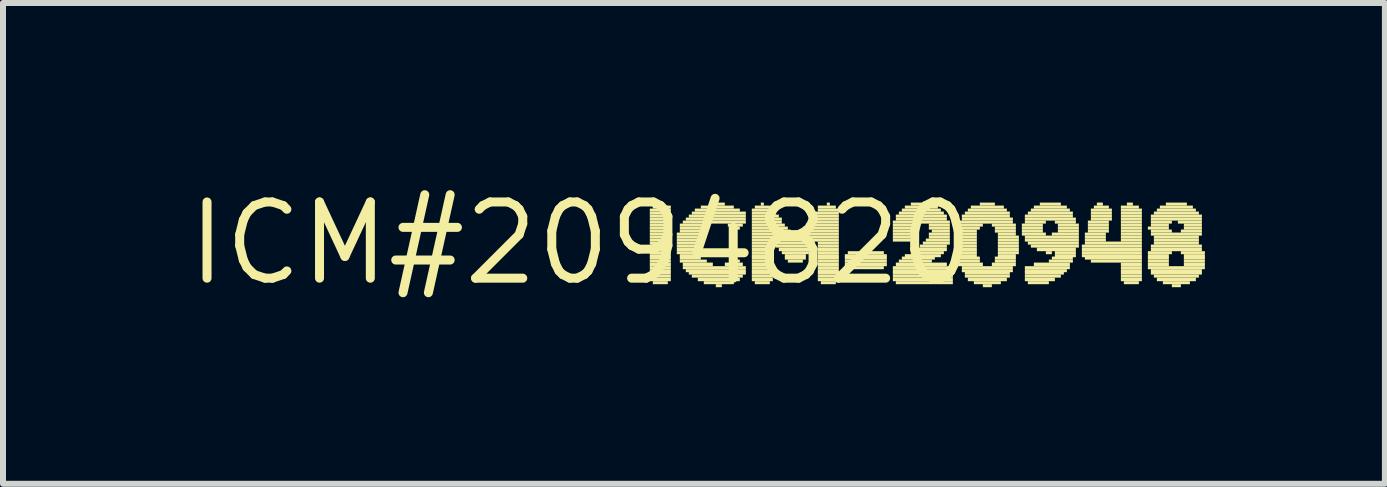
<source format=kicad_pcb>
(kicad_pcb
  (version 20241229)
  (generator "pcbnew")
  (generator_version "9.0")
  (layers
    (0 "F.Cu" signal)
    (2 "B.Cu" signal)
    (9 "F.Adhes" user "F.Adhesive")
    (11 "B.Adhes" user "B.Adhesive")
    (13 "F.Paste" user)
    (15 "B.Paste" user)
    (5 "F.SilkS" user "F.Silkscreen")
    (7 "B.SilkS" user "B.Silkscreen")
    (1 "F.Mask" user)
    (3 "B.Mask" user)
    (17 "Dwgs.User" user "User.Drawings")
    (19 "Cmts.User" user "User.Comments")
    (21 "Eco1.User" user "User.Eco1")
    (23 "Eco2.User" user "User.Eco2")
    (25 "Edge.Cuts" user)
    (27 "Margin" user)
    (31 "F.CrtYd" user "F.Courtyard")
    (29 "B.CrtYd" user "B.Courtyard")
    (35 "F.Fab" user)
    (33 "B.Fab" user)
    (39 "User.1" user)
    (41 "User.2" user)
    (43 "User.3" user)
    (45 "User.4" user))
  (footprint "ICM#2094820"
    (layer "F.Cu")
    (at 6.629 1.006)
    (property "Reference" "ICM#2094820" (at 0 0 0) (layer "F.SilkS") (effects (font (size 1.27 1.27) (thickness 0.15))))
    (fp_poly (pts (xy 1.15 -0.53) (xy 1.5 -0.53) (xy 1.5 -0.58) (xy 1.15 -0.58)) (stroke (width 0) (type solid)) (fill yes) (layer "F.SilkS"))
    (fp_poly (pts (xy 1.15 -0.48) (xy 1.5 -0.48) (xy 1.5 -0.53) (xy 1.15 -0.53)) (stroke (width 0) (type solid)) (fill yes) (layer "F.SilkS"))
    (fp_poly (pts (xy 1.15 -0.43) (xy 1.5 -0.43) (xy 1.5 -0.48) (xy 1.15 -0.48)) (stroke (width 0) (type solid)) (fill yes) (layer "F.SilkS"))
    (fp_poly (pts (xy 1.15 -0.38) (xy 1.5 -0.38) (xy 1.5 -0.43) (xy 1.15 -0.43)) (stroke (width 0) (type solid)) (fill yes) (layer "F.SilkS"))
    (fp_poly (pts (xy 1.15 -0.33) (xy 1.5 -0.33) (xy 1.5 -0.38) (xy 1.15 -0.38)) (stroke (width 0) (type solid)) (fill yes) (layer "F.SilkS"))
    (fp_poly (pts (xy 1.15 -0.28) (xy 1.5 -0.28) (xy 1.5 -0.33) (xy 1.15 -0.33)) (stroke (width 0) (type solid)) (fill yes) (layer "F.SilkS"))
    (fp_poly (pts (xy 1.15 -0.23) (xy 1.5 -0.23) (xy 1.5 -0.28) (xy 1.15 -0.28)) (stroke (width 0) (type solid)) (fill yes) (layer "F.SilkS"))
    (fp_poly (pts (xy 1.15 -0.18) (xy 1.5 -0.18) (xy 1.5 -0.23) (xy 1.15 -0.23)) (stroke (width 0) (type solid)) (fill yes) (layer "F.SilkS"))
    (fp_poly (pts (xy 1.15 -0.13) (xy 1.5 -0.13) (xy 1.5 -0.18) (xy 1.15 -0.18)) (stroke (width 0) (type solid)) (fill yes) (layer "F.SilkS"))
    (fp_poly (pts (xy 1.15 -0.08) (xy 1.5 -0.08) (xy 1.5 -0.13) (xy 1.15 -0.13)) (stroke (width 0) (type solid)) (fill yes) (layer "F.SilkS"))
    (fp_poly (pts (xy 1.15 -0.03) (xy 1.5 -0.03) (xy 1.5 -0.08) (xy 1.15 -0.08)) (stroke (width 0) (type solid)) (fill yes) (layer "F.SilkS"))
    (fp_poly (pts (xy 1.15 0.02) (xy 1.5 0.02) (xy 1.5 -0.03) (xy 1.15 -0.03)) (stroke (width 0) (type solid)) (fill yes) (layer "F.SilkS"))
    (fp_poly (pts (xy 1.15 0.07) (xy 1.5 0.07) (xy 1.5 0.02) (xy 1.15 0.02)) (stroke (width 0) (type solid)) (fill yes) (layer "F.SilkS"))
    (fp_poly (pts (xy 1.15 0.13) (xy 1.5 0.13) (xy 1.5 0.07) (xy 1.15 0.07)) (stroke (width 0) (type solid)) (fill yes) (layer "F.SilkS"))
    (fp_poly (pts (xy 1.15 0.18) (xy 1.5 0.18) (xy 1.5 0.13) (xy 1.15 0.13)) (stroke (width 0) (type solid)) (fill yes) (layer "F.SilkS"))
    (fp_poly (pts (xy 1.15 0.23) (xy 1.5 0.23) (xy 1.5 0.18) (xy 1.15 0.18)) (stroke (width 0) (type solid)) (fill yes) (layer "F.SilkS"))
    (fp_poly (pts (xy 1.15 0.27) (xy 1.5 0.27) (xy 1.5 0.22) (xy 1.15 0.22)) (stroke (width 0) (type solid)) (fill yes) (layer "F.SilkS"))
    (fp_poly (pts (xy 1.15 0.32) (xy 1.5 0.32) (xy 1.5 0.27) (xy 1.15 0.27)) (stroke (width 0) (type solid)) (fill yes) (layer "F.SilkS"))
    (fp_poly (pts (xy 1.15 0.38) (xy 1.5 0.38) (xy 1.5 0.32) (xy 1.15 0.32)) (stroke (width 0) (type solid)) (fill yes) (layer "F.SilkS"))
    (fp_poly (pts (xy 1.15 0.43) (xy 1.5 0.43) (xy 1.5 0.38) (xy 1.15 0.38)) (stroke (width 0) (type solid)) (fill yes) (layer "F.SilkS"))
    (fp_poly (pts (xy 1.15 0.48) (xy 1.5 0.48) (xy 1.5 0.43) (xy 1.15 0.43)) (stroke (width 0) (type solid)) (fill yes) (layer "F.SilkS"))
    (fp_poly (pts (xy 1.15 0.52) (xy 1.5 0.52) (xy 1.5 0.47) (xy 1.15 0.47)) (stroke (width 0) (type solid)) (fill yes) (layer "F.SilkS"))
    (fp_poly (pts (xy 1.15 0.57) (xy 1.5 0.57) (xy 1.5 0.52) (xy 1.15 0.52)) (stroke (width 0) (type solid)) (fill yes) (layer "F.SilkS"))
    (fp_poly (pts (xy 1.15 0.63) (xy 1.5 0.63) (xy 1.5 0.57) (xy 1.15 0.57)) (stroke (width 0) (type solid)) (fill yes) (layer "F.SilkS"))
    (fp_poly (pts (xy 1.2 -0.58) (xy 1.5 -0.58) (xy 1.5 -0.63) (xy 1.2 -0.63)) (stroke (width 0) (type solid)) (fill yes) (layer "F.SilkS"))
    (fp_poly (pts (xy 1.2 0.68) (xy 1.45 0.68) (xy 1.45 0.63) (xy 1.2 0.63)) (stroke (width 0) (type solid)) (fill yes) (layer "F.SilkS"))
    (fp_poly (pts (xy 1.3 -0.63) (xy 1.35 -0.63) (xy 1.35 -0.68) (xy 1.3 -0.68)) (stroke (width 0) (type solid)) (fill yes) (layer "F.SilkS"))
    (fp_poly (pts (xy 1.6 -0.13) (xy 2 -0.13) (xy 2 -0.18) (xy 1.6 -0.18)) (stroke (width 0) (type solid)) (fill yes) (layer "F.SilkS"))
    (fp_poly (pts (xy 1.6 -0.08) (xy 1.95 -0.08) (xy 1.95 -0.13) (xy 1.6 -0.13)) (stroke (width 0) (type solid)) (fill yes) (layer "F.SilkS"))
    (fp_poly (pts (xy 1.6 -0.03) (xy 1.95 -0.03) (xy 1.95 -0.08) (xy 1.6 -0.08)) (stroke (width 0) (type solid)) (fill yes) (layer "F.SilkS"))
    (fp_poly (pts (xy 1.6 0.02) (xy 1.95 0.02) (xy 1.95 -0.03) (xy 1.6 -0.03)) (stroke (width 0) (type solid)) (fill yes) (layer "F.SilkS"))
    (fp_poly (pts (xy 1.6 0.07) (xy 1.95 0.07) (xy 1.95 0.02) (xy 1.6 0.02)) (stroke (width 0) (type solid)) (fill yes) (layer "F.SilkS"))
    (fp_poly (pts (xy 1.6 0.13) (xy 1.95 0.13) (xy 1.95 0.07) (xy 1.6 0.07)) (stroke (width 0) (type solid)) (fill yes) (layer "F.SilkS"))
    (fp_poly (pts (xy 1.6 0.18) (xy 1.95 0.18) (xy 1.95 0.13) (xy 1.6 0.13)) (stroke (width 0) (type solid)) (fill yes) (layer "F.SilkS"))
    (fp_poly (pts (xy 1.65 -0.28) (xy 2.15 -0.28) (xy 2.15 -0.33) (xy 1.65 -0.33)) (stroke (width 0) (type solid)) (fill yes) (layer "F.SilkS"))
    (fp_poly (pts (xy 1.65 -0.23) (xy 2.05 -0.23) (xy 2.05 -0.28) (xy 1.65 -0.28)) (stroke (width 0) (type solid)) (fill yes) (layer "F.SilkS"))
    (fp_poly (pts (xy 1.65 -0.18) (xy 2 -0.18) (xy 2 -0.23) (xy 1.65 -0.23)) (stroke (width 0) (type solid)) (fill yes) (layer "F.SilkS"))
    (fp_poly (pts (xy 1.65 0.23) (xy 2 0.23) (xy 2 0.18) (xy 1.65 0.18)) (stroke (width 0) (type solid)) (fill yes) (layer "F.SilkS"))
    (fp_poly (pts (xy 1.65 0.27) (xy 2 0.27) (xy 2 0.22) (xy 1.65 0.22)) (stroke (width 0) (type solid)) (fill yes) (layer "F.SilkS"))
    (fp_poly (pts (xy 1.65 0.32) (xy 2.1 0.32) (xy 2.1 0.27) (xy 1.65 0.27)) (stroke (width 0) (type solid)) (fill yes) (layer "F.SilkS"))
    (fp_poly (pts (xy 1.7 -0.33) (xy 2.75 -0.33) (xy 2.75 -0.38) (xy 1.7 -0.38)) (stroke (width 0) (type solid)) (fill yes) (layer "F.SilkS"))
    (fp_poly (pts (xy 1.7 0.38) (xy 2.2 0.38) (xy 2.2 0.32) (xy 1.7 0.32)) (stroke (width 0) (type solid)) (fill yes) (layer "F.SilkS"))
    (fp_poly (pts (xy 1.7 0.43) (xy 2.75 0.43) (xy 2.75 0.38) (xy 1.7 0.38)) (stroke (width 0) (type solid)) (fill yes) (layer "F.SilkS"))
    (fp_poly (pts (xy 1.75 -0.38) (xy 2.75 -0.38) (xy 2.75 -0.43) (xy 1.75 -0.43)) (stroke (width 0) (type solid)) (fill yes) (layer "F.SilkS"))
    (fp_poly (pts (xy 1.75 0.48) (xy 2.75 0.48) (xy 2.75 0.43) (xy 1.75 0.43)) (stroke (width 0) (type solid)) (fill yes) (layer "F.SilkS"))
    (fp_poly (pts (xy 1.8 -0.43) (xy 2.75 -0.43) (xy 2.75 -0.48) (xy 1.8 -0.48)) (stroke (width 0) (type solid)) (fill yes) (layer "F.SilkS"))
    (fp_poly (pts (xy 1.8 0.52) (xy 2.75 0.52) (xy 2.75 0.47) (xy 1.8 0.47)) (stroke (width 0) (type solid)) (fill yes) (layer "F.SilkS"))
    (fp_poly (pts (xy 1.85 -0.48) (xy 2.75 -0.48) (xy 2.75 -0.53) (xy 1.85 -0.53)) (stroke (width 0) (type solid)) (fill yes) (layer "F.SilkS"))
    (fp_poly (pts (xy 1.85 0.57) (xy 2.7 0.57) (xy 2.7 0.52) (xy 1.85 0.52)) (stroke (width 0) (type solid)) (fill yes) (layer "F.SilkS"))
    (fp_poly (pts (xy 1.9 -0.53) (xy 2.65 -0.53) (xy 2.65 -0.58) (xy 1.9 -0.58)) (stroke (width 0) (type solid)) (fill yes) (layer "F.SilkS"))
    (fp_poly (pts (xy 1.95 0.63) (xy 2.65 0.63) (xy 2.65 0.57) (xy 1.95 0.57)) (stroke (width 0) (type solid)) (fill yes) (layer "F.SilkS"))
    (fp_poly (pts (xy 2 -0.58) (xy 2.55 -0.58) (xy 2.55 -0.63) (xy 2 -0.63)) (stroke (width 0) (type solid)) (fill yes) (layer "F.SilkS"))
    (fp_poly (pts (xy 2.05 0.68) (xy 2.55 0.68) (xy 2.55 0.63) (xy 2.05 0.63)) (stroke (width 0) (type solid)) (fill yes) (layer "F.SilkS"))
    (fp_poly (pts (xy 2.15 -0.63) (xy 2.4 -0.63) (xy 2.4 -0.68) (xy 2.15 -0.68)) (stroke (width 0) (type solid)) (fill yes) (layer "F.SilkS"))
    (fp_poly (pts (xy 2.25 0.73) (xy 2.35 0.73) (xy 2.35 0.68) (xy 2.25 0.68)) (stroke (width 0) (type solid)) (fill yes) (layer "F.SilkS"))
    (fp_poly (pts (xy 2.4 0.38) (xy 2.7 0.38) (xy 2.7 0.32) (xy 2.4 0.32)) (stroke (width 0) (type solid)) (fill yes) (layer "F.SilkS"))
    (fp_poly (pts (xy 2.45 -0.28) (xy 2.7 -0.28) (xy 2.7 -0.33) (xy 2.45 -0.33)) (stroke (width 0) (type solid)) (fill yes) (layer "F.SilkS"))
    (fp_poly (pts (xy 2.5 -0.23) (xy 2.65 -0.23) (xy 2.65 -0.28) (xy 2.5 -0.28)) (stroke (width 0) (type solid)) (fill yes) (layer "F.SilkS"))
    (fp_poly (pts (xy 2.5 0.32) (xy 2.65 0.32) (xy 2.65 0.27) (xy 2.5 0.27)) (stroke (width 0) (type solid)) (fill yes) (layer "F.SilkS"))
    (fp_poly (pts (xy 2.85 -0.53) (xy 3.2 -0.53) (xy 3.2 -0.58) (xy 2.85 -0.58)) (stroke (width 0) (type solid)) (fill yes) (layer "F.SilkS"))
    (fp_poly (pts (xy 2.85 -0.48) (xy 3.25 -0.48) (xy 3.25 -0.53) (xy 2.85 -0.53)) (stroke (width 0) (type solid)) (fill yes) (layer "F.SilkS"))
    (fp_poly (pts (xy 2.85 -0.43) (xy 3.3 -0.43) (xy 3.3 -0.48) (xy 2.85 -0.48)) (stroke (width 0) (type solid)) (fill yes) (layer "F.SilkS"))
    (fp_poly (pts (xy 2.85 -0.38) (xy 3.35 -0.38) (xy 3.35 -0.43) (xy 2.85 -0.43)) (stroke (width 0) (type solid)) (fill yes) (layer "F.SilkS"))
    (fp_poly (pts (xy 2.85 -0.33) (xy 3.35 -0.33) (xy 3.35 -0.38) (xy 2.85 -0.38)) (stroke (width 0) (type solid)) (fill yes) (layer "F.SilkS"))
    (fp_poly (pts (xy 2.85 -0.28) (xy 3.4 -0.28) (xy 3.4 -0.33) (xy 2.85 -0.33)) (stroke (width 0) (type solid)) (fill yes) (layer "F.SilkS"))
    (fp_poly (pts (xy 2.85 -0.23) (xy 3.45 -0.23) (xy 3.45 -0.28) (xy 2.85 -0.28)) (stroke (width 0) (type solid)) (fill yes) (layer "F.SilkS"))
    (fp_poly (pts (xy 2.85 -0.18) (xy 3.5 -0.18) (xy 3.5 -0.23) (xy 2.85 -0.23)) (stroke (width 0) (type solid)) (fill yes) (layer "F.SilkS"))
    (fp_poly (pts (xy 2.85 -0.13) (xy 3.5 -0.13) (xy 3.5 -0.18) (xy 2.85 -0.18)) (stroke (width 0) (type solid)) (fill yes) (layer "F.SilkS"))
    (fp_poly (pts (xy 2.85 -0.08) (xy 3.55 -0.08) (xy 3.55 -0.13) (xy 2.85 -0.13)) (stroke (width 0) (type solid)) (fill yes) (layer "F.SilkS"))
    (fp_poly (pts (xy 2.85 -0.03) (xy 4.3 -0.03) (xy 4.3 -0.08) (xy 2.85 -0.08)) (stroke (width 0) (type solid)) (fill yes) (layer "F.SilkS"))
    (fp_poly (pts (xy 2.85 0.02) (xy 3.2 0.02) (xy 3.2 -0.03) (xy 2.85 -0.03)) (stroke (width 0) (type solid)) (fill yes) (layer "F.SilkS"))
    (fp_poly (pts (xy 2.85 0.07) (xy 3.2 0.07) (xy 3.2 0.02) (xy 2.85 0.02)) (stroke (width 0) (type solid)) (fill yes) (layer "F.SilkS"))
    (fp_poly (pts (xy 2.85 0.13) (xy 3.2 0.13) (xy 3.2 0.07) (xy 2.85 0.07)) (stroke (width 0) (type solid)) (fill yes) (layer "F.SilkS"))
    (fp_poly (pts (xy 2.85 0.18) (xy 3.2 0.18) (xy 3.2 0.13) (xy 2.85 0.13)) (stroke (width 0) (type solid)) (fill yes) (layer "F.SilkS"))
    (fp_poly (pts (xy 2.85 0.23) (xy 3.2 0.23) (xy 3.2 0.18) (xy 2.85 0.18)) (stroke (width 0) (type solid)) (fill yes) (layer "F.SilkS"))
    (fp_poly (pts (xy 2.85 0.27) (xy 3.2 0.27) (xy 3.2 0.22) (xy 2.85 0.22)) (stroke (width 0) (type solid)) (fill yes) (layer "F.SilkS"))
    (fp_poly (pts (xy 2.85 0.32) (xy 3.2 0.32) (xy 3.2 0.27) (xy 2.85 0.27)) (stroke (width 0) (type solid)) (fill yes) (layer "F.SilkS"))
    (fp_poly (pts (xy 2.85 0.38) (xy 3.2 0.38) (xy 3.2 0.32) (xy 2.85 0.32)) (stroke (width 0) (type solid)) (fill yes) (layer "F.SilkS"))
    (fp_poly (pts (xy 2.85 0.43) (xy 3.2 0.43) (xy 3.2 0.38) (xy 2.85 0.38)) (stroke (width 0) (type solid)) (fill yes) (layer "F.SilkS"))
    (fp_poly (pts (xy 2.85 0.48) (xy 3.2 0.48) (xy 3.2 0.43) (xy 2.85 0.43)) (stroke (width 0) (type solid)) (fill yes) (layer "F.SilkS"))
    (fp_poly (pts (xy 2.85 0.52) (xy 3.2 0.52) (xy 3.2 0.47) (xy 2.85 0.47)) (stroke (width 0) (type solid)) (fill yes) (layer "F.SilkS"))
    (fp_poly (pts (xy 2.85 0.57) (xy 3.2 0.57) (xy 3.2 0.52) (xy 2.85 0.52)) (stroke (width 0) (type solid)) (fill yes) (layer "F.SilkS"))
    (fp_poly (pts (xy 2.85 0.63) (xy 3.2 0.63) (xy 3.2 0.57) (xy 2.85 0.57)) (stroke (width 0) (type solid)) (fill yes) (layer "F.SilkS"))
    (fp_poly (pts (xy 2.9 -0.58) (xy 3.15 -0.58) (xy 3.15 -0.63) (xy 2.9 -0.63)) (stroke (width 0) (type solid)) (fill yes) (layer "F.SilkS"))
    (fp_poly (pts (xy 2.9 0.68) (xy 3.15 0.68) (xy 3.15 0.63) (xy 2.9 0.63)) (stroke (width 0) (type solid)) (fill yes) (layer "F.SilkS"))
    (fp_poly (pts (xy 3 -0.63) (xy 3.05 -0.63) (xy 3.05 -0.68) (xy 3 -0.68)) (stroke (width 0) (type solid)) (fill yes) (layer "F.SilkS"))
    (fp_poly (pts (xy 3.25 0.02) (xy 3.9 0.02) (xy 3.9 -0.03) (xy 3.25 -0.03)) (stroke (width 0) (type solid)) (fill yes) (layer "F.SilkS"))
    (fp_poly (pts (xy 3.25 0.07) (xy 3.85 0.07) (xy 3.85 0.02) (xy 3.25 0.02)) (stroke (width 0) (type solid)) (fill yes) (layer "F.SilkS"))
    (fp_poly (pts (xy 3.3 0.13) (xy 3.85 0.13) (xy 3.85 0.07) (xy 3.3 0.07)) (stroke (width 0) (type solid)) (fill yes) (layer "F.SilkS"))
    (fp_poly (pts (xy 3.35 0.18) (xy 3.8 0.18) (xy 3.8 0.13) (xy 3.35 0.13)) (stroke (width 0) (type solid)) (fill yes) (layer "F.SilkS"))
    (fp_poly (pts (xy 3.4 0.23) (xy 3.75 0.23) (xy 3.75 0.18) (xy 3.4 0.18)) (stroke (width 0) (type solid)) (fill yes) (layer "F.SilkS"))
    (fp_poly (pts (xy 3.4 0.27) (xy 3.75 0.27) (xy 3.75 0.22) (xy 3.4 0.22)) (stroke (width 0) (type solid)) (fill yes) (layer "F.SilkS"))
    (fp_poly (pts (xy 3.45 0.32) (xy 3.7 0.32) (xy 3.7 0.27) (xy 3.45 0.27)) (stroke (width 0) (type solid)) (fill yes) (layer "F.SilkS"))
    (fp_poly (pts (xy 3.6 -0.08) (xy 4.3 -0.08) (xy 4.3 -0.13) (xy 3.6 -0.13)) (stroke (width 0) (type solid)) (fill yes) (layer "F.SilkS"))
    (fp_poly (pts (xy 3.65 -0.18) (xy 4.3 -0.18) (xy 4.3 -0.23) (xy 3.65 -0.23)) (stroke (width 0) (type solid)) (fill yes) (layer "F.SilkS"))
    (fp_poly (pts (xy 3.65 -0.13) (xy 4.3 -0.13) (xy 4.3 -0.18) (xy 3.65 -0.18)) (stroke (width 0) (type solid)) (fill yes) (layer "F.SilkS"))
    (fp_poly (pts (xy 3.7 -0.23) (xy 4.3 -0.23) (xy 4.3 -0.28) (xy 3.7 -0.28)) (stroke (width 0) (type solid)) (fill yes) (layer "F.SilkS"))
    (fp_poly (pts (xy 3.75 -0.28) (xy 4.3 -0.28) (xy 4.3 -0.33) (xy 3.75 -0.33)) (stroke (width 0) (type solid)) (fill yes) (layer "F.SilkS"))
    (fp_poly (pts (xy 3.8 -0.38) (xy 4.3 -0.38) (xy 4.3 -0.43) (xy 3.8 -0.43)) (stroke (width 0) (type solid)) (fill yes) (layer "F.SilkS"))
    (fp_poly (pts (xy 3.8 -0.33) (xy 4.3 -0.33) (xy 4.3 -0.38) (xy 3.8 -0.38)) (stroke (width 0) (type solid)) (fill yes) (layer "F.SilkS"))
    (fp_poly (pts (xy 3.85 -0.43) (xy 4.3 -0.43) (xy 4.3 -0.48) (xy 3.85 -0.48)) (stroke (width 0) (type solid)) (fill yes) (layer "F.SilkS"))
    (fp_poly (pts (xy 3.9 -0.48) (xy 4.3 -0.48) (xy 4.3 -0.53) (xy 3.9 -0.53)) (stroke (width 0) (type solid)) (fill yes) (layer "F.SilkS"))
    (fp_poly (pts (xy 3.95 -0.58) (xy 4.25 -0.58) (xy 4.25 -0.63) (xy 3.95 -0.63)) (stroke (width 0) (type solid)) (fill yes) (layer "F.SilkS"))
    (fp_poly (pts (xy 3.95 -0.53) (xy 4.3 -0.53) (xy 4.3 -0.58) (xy 3.95 -0.58)) (stroke (width 0) (type solid)) (fill yes) (layer "F.SilkS"))
    (fp_poly (pts (xy 3.95 0.02) (xy 4.3 0.02) (xy 4.3 -0.03) (xy 3.95 -0.03)) (stroke (width 0) (type solid)) (fill yes) (layer "F.SilkS"))
    (fp_poly (pts (xy 3.95 0.07) (xy 4.3 0.07) (xy 4.3 0.02) (xy 3.95 0.02)) (stroke (width 0) (type solid)) (fill yes) (layer "F.SilkS"))
    (fp_poly (pts (xy 3.95 0.13) (xy 4.3 0.13) (xy 4.3 0.07) (xy 3.95 0.07)) (stroke (width 0) (type solid)) (fill yes) (layer "F.SilkS"))
    (fp_poly (pts (xy 3.95 0.18) (xy 4.3 0.18) (xy 4.3 0.13) (xy 3.95 0.13)) (stroke (width 0) (type solid)) (fill yes) (layer "F.SilkS"))
    (fp_poly (pts (xy 3.95 0.23) (xy 4.3 0.23) (xy 4.3 0.18) (xy 3.95 0.18)) (stroke (width 0) (type solid)) (fill yes) (layer "F.SilkS"))
    (fp_poly (pts (xy 3.95 0.27) (xy 4.3 0.27) (xy 4.3 0.22) (xy 3.95 0.22)) (stroke (width 0) (type solid)) (fill yes) (layer "F.SilkS"))
    (fp_poly (pts (xy 3.95 0.32) (xy 4.3 0.32) (xy 4.3 0.27) (xy 3.95 0.27)) (stroke (width 0) (type solid)) (fill yes) (layer "F.SilkS"))
    (fp_poly (pts (xy 3.95 0.38) (xy 4.3 0.38) (xy 4.3 0.32) (xy 3.95 0.32)) (stroke (width 0) (type solid)) (fill yes) (layer "F.SilkS"))
    (fp_poly (pts (xy 3.95 0.43) (xy 4.3 0.43) (xy 4.3 0.38) (xy 3.95 0.38)) (stroke (width 0) (type solid)) (fill yes) (layer "F.SilkS"))
    (fp_poly (pts (xy 3.95 0.48) (xy 4.3 0.48) (xy 4.3 0.43) (xy 3.95 0.43)) (stroke (width 0) (type solid)) (fill yes) (layer "F.SilkS"))
    (fp_poly (pts (xy 3.95 0.52) (xy 4.3 0.52) (xy 4.3 0.47) (xy 3.95 0.47)) (stroke (width 0) (type solid)) (fill yes) (layer "F.SilkS"))
    (fp_poly (pts (xy 3.95 0.57) (xy 4.3 0.57) (xy 4.3 0.52) (xy 3.95 0.52)) (stroke (width 0) (type solid)) (fill yes) (layer "F.SilkS"))
    (fp_poly (pts (xy 3.95 0.63) (xy 4.3 0.63) (xy 4.3 0.57) (xy 3.95 0.57)) (stroke (width 0) (type solid)) (fill yes) (layer "F.SilkS"))
    (fp_poly (pts (xy 4 0.68) (xy 4.25 0.68) (xy 4.25 0.63) (xy 4 0.63)) (stroke (width 0) (type solid)) (fill yes) (layer "F.SilkS"))
    (fp_poly (pts (xy 4.1 -0.63) (xy 4.15 -0.63) (xy 4.15 -0.68) (xy 4.1 -0.68)) (stroke (width 0) (type solid)) (fill yes) (layer "F.SilkS"))
    (fp_poly (pts (xy 4.4 0.23) (xy 5.1 0.23) (xy 5.1 0.18) (xy 4.4 0.18)) (stroke (width 0) (type solid)) (fill yes) (layer "F.SilkS"))
    (fp_poly (pts (xy 4.4 0.27) (xy 5.1 0.27) (xy 5.1 0.22) (xy 4.4 0.22)) (stroke (width 0) (type solid)) (fill yes) (layer "F.SilkS"))
    (fp_poly (pts (xy 4.4 0.32) (xy 5.1 0.32) (xy 5.1 0.27) (xy 4.4 0.27)) (stroke (width 0) (type solid)) (fill yes) (layer "F.SilkS"))
    (fp_poly (pts (xy 4.4 0.38) (xy 5.1 0.38) (xy 5.1 0.32) (xy 4.4 0.32)) (stroke (width 0) (type solid)) (fill yes) (layer "F.SilkS"))
    (fp_poly (pts (xy 4.4 0.43) (xy 5.05 0.43) (xy 5.05 0.38) (xy 4.4 0.38)) (stroke (width 0) (type solid)) (fill yes) (layer "F.SilkS"))
    (fp_poly (pts (xy 4.45 0.18) (xy 5.05 0.18) (xy 5.05 0.13) (xy 4.45 0.13)) (stroke (width 0) (type solid)) (fill yes) (layer "F.SilkS"))
    (fp_poly (pts (xy 5.2 -0.33) (xy 6.15 -0.33) (xy 6.15 -0.38) (xy 5.2 -0.38)) (stroke (width 0) (type solid)) (fill yes) (layer "F.SilkS"))
    (fp_poly (pts (xy 5.2 -0.28) (xy 5.55 -0.28) (xy 5.55 -0.33) (xy 5.2 -0.33)) (stroke (width 0) (type solid)) (fill yes) (layer "F.SilkS"))
    (fp_poly (pts (xy 5.2 -0.23) (xy 5.55 -0.23) (xy 5.55 -0.28) (xy 5.2 -0.28)) (stroke (width 0) (type solid)) (fill yes) (layer "F.SilkS"))
    (fp_poly (pts (xy 5.2 -0.18) (xy 5.5 -0.18) (xy 5.5 -0.23) (xy 5.2 -0.23)) (stroke (width 0) (type solid)) (fill yes) (layer "F.SilkS"))
    (fp_poly (pts (xy 5.2 -0.13) (xy 5.5 -0.13) (xy 5.5 -0.18) (xy 5.2 -0.18)) (stroke (width 0) (type solid)) (fill yes) (layer "F.SilkS"))
    (fp_poly (pts (xy 5.2 -0.08) (xy 5.5 -0.08) (xy 5.5 -0.13) (xy 5.2 -0.13)) (stroke (width 0) (type solid)) (fill yes) (layer "F.SilkS"))
    (fp_poly (pts (xy 5.2 -0.03) (xy 5.5 -0.03) (xy 5.5 -0.08) (xy 5.2 -0.08)) (stroke (width 0) (type solid)) (fill yes) (layer "F.SilkS"))
    (fp_poly (pts (xy 5.2 0.43) (xy 6.2 0.43) (xy 6.2 0.38) (xy 5.2 0.38)) (stroke (width 0) (type solid)) (fill yes) (layer "F.SilkS"))
    (fp_poly (pts (xy 5.2 0.48) (xy 6.2 0.48) (xy 6.2 0.43) (xy 5.2 0.43)) (stroke (width 0) (type solid)) (fill yes) (layer "F.SilkS"))
    (fp_poly (pts (xy 5.2 0.52) (xy 6.2 0.52) (xy 6.2 0.47) (xy 5.2 0.47)) (stroke (width 0) (type solid)) (fill yes) (layer "F.SilkS"))
    (fp_poly (pts (xy 5.2 0.57) (xy 6.2 0.57) (xy 6.2 0.52) (xy 5.2 0.52)) (stroke (width 0) (type solid)) (fill yes) (layer "F.SilkS"))
    (fp_poly (pts (xy 5.2 0.63) (xy 6.2 0.63) (xy 6.2 0.57) (xy 5.2 0.57)) (stroke (width 0) (type solid)) (fill yes) (layer "F.SilkS"))
    (fp_poly (pts (xy 5.25 -0.43) (xy 6.1 -0.43) (xy 6.1 -0.48) (xy 5.25 -0.48)) (stroke (width 0) (type solid)) (fill yes) (layer "F.SilkS"))
    (fp_poly (pts (xy 5.25 -0.38) (xy 6.1 -0.38) (xy 6.1 -0.43) (xy 5.25 -0.43)) (stroke (width 0) (type solid)) (fill yes) (layer "F.SilkS"))
    (fp_poly (pts (xy 5.25 0.38) (xy 6.1 0.38) (xy 6.1 0.32) (xy 5.25 0.32)) (stroke (width 0) (type solid)) (fill yes) (layer "F.SilkS"))
    (fp_poly (pts (xy 5.25 0.68) (xy 6.2 0.68) (xy 6.2 0.63) (xy 5.25 0.63)) (stroke (width 0) (type solid)) (fill yes) (layer "F.SilkS"))
    (fp_poly (pts (xy 5.3 -0.48) (xy 6.05 -0.48) (xy 6.05 -0.53) (xy 5.3 -0.53)) (stroke (width 0) (type solid)) (fill yes) (layer "F.SilkS"))
    (fp_poly (pts (xy 5.3 0.32) (xy 5.85 0.32) (xy 5.85 0.27) (xy 5.3 0.27)) (stroke (width 0) (type solid)) (fill yes) (layer "F.SilkS"))
    (fp_poly (pts (xy 5.35 -0.53) (xy 6 -0.53) (xy 6 -0.58) (xy 5.35 -0.58)) (stroke (width 0) (type solid)) (fill yes) (layer "F.SilkS"))
    (fp_poly (pts (xy 5.35 0.27) (xy 5.9 0.27) (xy 5.9 0.22) (xy 5.35 0.22)) (stroke (width 0) (type solid)) (fill yes) (layer "F.SilkS"))
    (fp_poly (pts (xy 5.4 -0.58) (xy 5.95 -0.58) (xy 5.95 -0.63) (xy 5.4 -0.63)) (stroke (width 0) (type solid)) (fill yes) (layer "F.SilkS"))
    (fp_poly (pts (xy 5.4 0.23) (xy 6 0.23) (xy 6 0.18) (xy 5.4 0.18)) (stroke (width 0) (type solid)) (fill yes) (layer "F.SilkS"))
    (fp_poly (pts (xy 5.5 -0.63) (xy 5.8 -0.63) (xy 5.8 -0.68) (xy 5.5 -0.68)) (stroke (width 0) (type solid)) (fill yes) (layer "F.SilkS"))
    (fp_poly (pts (xy 5.5 0.18) (xy 6.05 0.18) (xy 6.05 0.13) (xy 5.5 0.13)) (stroke (width 0) (type solid)) (fill yes) (layer "F.SilkS"))
    (fp_poly (pts (xy 5.55 0.13) (xy 6.1 0.13) (xy 6.1 0.07) (xy 5.55 0.07)) (stroke (width 0) (type solid)) (fill yes) (layer "F.SilkS"))
    (fp_poly (pts (xy 5.65 0.07) (xy 6.1 0.07) (xy 6.1 0.02) (xy 5.65 0.02)) (stroke (width 0) (type solid)) (fill yes) (layer "F.SilkS"))
    (fp_poly (pts (xy 5.7 0.02) (xy 6.15 0.02) (xy 6.15 -0.03) (xy 5.7 -0.03)) (stroke (width 0) (type solid)) (fill yes) (layer "F.SilkS"))
    (fp_poly (pts (xy 5.75 -0.03) (xy 6.15 -0.03) (xy 6.15 -0.08) (xy 5.75 -0.08)) (stroke (width 0) (type solid)) (fill yes) (layer "F.SilkS"))
    (fp_poly (pts (xy 5.8 -0.28) (xy 6.15 -0.28) (xy 6.15 -0.33) (xy 5.8 -0.33)) (stroke (width 0) (type solid)) (fill yes) (layer "F.SilkS"))
    (fp_poly (pts (xy 5.8 -0.23) (xy 6.15 -0.23) (xy 6.15 -0.28) (xy 5.8 -0.28)) (stroke (width 0) (type solid)) (fill yes) (layer "F.SilkS"))
    (fp_poly (pts (xy 5.8 -0.13) (xy 6.15 -0.13) (xy 6.15 -0.18) (xy 5.8 -0.18)) (stroke (width 0) (type solid)) (fill yes) (layer "F.SilkS"))
    (fp_poly (pts (xy 5.8 -0.08) (xy 6.15 -0.08) (xy 6.15 -0.13) (xy 5.8 -0.13)) (stroke (width 0) (type solid)) (fill yes) (layer "F.SilkS"))
    (fp_poly (pts (xy 5.85 -0.18) (xy 6.15 -0.18) (xy 6.15 -0.23) (xy 5.85 -0.23)) (stroke (width 0) (type solid)) (fill yes) (layer "F.SilkS"))
    (fp_poly (pts (xy 6.25 -0.13) (xy 6.6 -0.13) (xy 6.6 -0.18) (xy 6.25 -0.18)) (stroke (width 0) (type solid)) (fill yes) (layer "F.SilkS"))
    (fp_poly (pts (xy 6.25 -0.08) (xy 6.6 -0.08) (xy 6.6 -0.13) (xy 6.25 -0.13)) (stroke (width 0) (type solid)) (fill yes) (layer "F.SilkS"))
    (fp_poly (pts (xy 6.25 -0.03) (xy 6.6 -0.03) (xy 6.6 -0.08) (xy 6.25 -0.08)) (stroke (width 0) (type solid)) (fill yes) (layer "F.SilkS"))
    (fp_poly (pts (xy 6.25 0.02) (xy 6.6 0.02) (xy 6.6 -0.03) (xy 6.25 -0.03)) (stroke (width 0) (type solid)) (fill yes) (layer "F.SilkS"))
    (fp_poly (pts (xy 6.25 0.07) (xy 6.6 0.07) (xy 6.6 0.02) (xy 6.25 0.02)) (stroke (width 0) (type solid)) (fill yes) (layer "F.SilkS"))
    (fp_poly (pts (xy 6.25 0.13) (xy 6.6 0.13) (xy 6.6 0.07) (xy 6.25 0.07)) (stroke (width 0) (type solid)) (fill yes) (layer "F.SilkS"))
    (fp_poly (pts (xy 6.25 0.18) (xy 6.6 0.18) (xy 6.6 0.13) (xy 6.25 0.13)) (stroke (width 0) (type solid)) (fill yes) (layer "F.SilkS"))
    (fp_poly (pts (xy 6.25 0.23) (xy 6.6 0.23) (xy 6.6 0.18) (xy 6.25 0.18)) (stroke (width 0) (type solid)) (fill yes) (layer "F.SilkS"))
    (fp_poly (pts (xy 6.3 -0.33) (xy 7.2 -0.33) (xy 7.2 -0.38) (xy 6.3 -0.38)) (stroke (width 0) (type solid)) (fill yes) (layer "F.SilkS"))
    (fp_poly (pts (xy 6.3 -0.28) (xy 6.7 -0.28) (xy 6.7 -0.33) (xy 6.3 -0.33)) (stroke (width 0) (type solid)) (fill yes) (layer "F.SilkS"))
    (fp_poly (pts (xy 6.3 -0.23) (xy 6.65 -0.23) (xy 6.65 -0.28) (xy 6.3 -0.28)) (stroke (width 0) (type solid)) (fill yes) (layer "F.SilkS"))
    (fp_poly (pts (xy 6.3 -0.18) (xy 6.6 -0.18) (xy 6.6 -0.23) (xy 6.3 -0.23)) (stroke (width 0) (type solid)) (fill yes) (layer "F.SilkS"))
    (fp_poly (pts (xy 6.3 0.27) (xy 6.65 0.27) (xy 6.65 0.22) (xy 6.3 0.22)) (stroke (width 0) (type solid)) (fill yes) (layer "F.SilkS"))
    (fp_poly (pts (xy 6.3 0.32) (xy 6.65 0.32) (xy 6.65 0.27) (xy 6.3 0.27)) (stroke (width 0) (type solid)) (fill yes) (layer "F.SilkS"))
    (fp_poly (pts (xy 6.3 0.38) (xy 6.7 0.38) (xy 6.7 0.32) (xy 6.3 0.32)) (stroke (width 0) (type solid)) (fill yes) (layer "F.SilkS"))
    (fp_poly (pts (xy 6.35 -0.43) (xy 7.15 -0.43) (xy 7.15 -0.48) (xy 6.35 -0.48)) (stroke (width 0) (type solid)) (fill yes) (layer "F.SilkS"))
    (fp_poly (pts (xy 6.35 -0.38) (xy 7.2 -0.38) (xy 7.2 -0.43) (xy 6.35 -0.43)) (stroke (width 0) (type solid)) (fill yes) (layer "F.SilkS"))
    (fp_poly (pts (xy 6.35 0.43) (xy 7.2 0.43) (xy 7.2 0.38) (xy 6.35 0.38)) (stroke (width 0) (type solid)) (fill yes) (layer "F.SilkS"))
    (fp_poly (pts (xy 6.35 0.48) (xy 7.2 0.48) (xy 7.2 0.43) (xy 6.35 0.43)) (stroke (width 0) (type solid)) (fill yes) (layer "F.SilkS"))
    (fp_poly (pts (xy 6.4 -0.48) (xy 7.15 -0.48) (xy 7.15 -0.53) (xy 6.4 -0.53)) (stroke (width 0) (type solid)) (fill yes) (layer "F.SilkS"))
    (fp_poly (pts (xy 6.4 0.52) (xy 7.15 0.52) (xy 7.15 0.47) (xy 6.4 0.47)) (stroke (width 0) (type solid)) (fill yes) (layer "F.SilkS"))
    (fp_poly (pts (xy 6.4 0.57) (xy 7.15 0.57) (xy 7.15 0.52) (xy 6.4 0.52)) (stroke (width 0) (type solid)) (fill yes) (layer "F.SilkS"))
    (fp_poly (pts (xy 6.45 -0.53) (xy 7.1 -0.53) (xy 7.1 -0.58) (xy 6.45 -0.58)) (stroke (width 0) (type solid)) (fill yes) (layer "F.SilkS"))
    (fp_poly (pts (xy 6.45 0.63) (xy 7.1 0.63) (xy 7.1 0.57) (xy 6.45 0.57)) (stroke (width 0) (type solid)) (fill yes) (layer "F.SilkS"))
    (fp_poly (pts (xy 6.5 -0.58) (xy 7.05 -0.58) (xy 7.05 -0.63) (xy 6.5 -0.63)) (stroke (width 0) (type solid)) (fill yes) (layer "F.SilkS"))
    (fp_poly (pts (xy 6.55 0.68) (xy 7 0.68) (xy 7 0.63) (xy 6.55 0.63)) (stroke (width 0) (type solid)) (fill yes) (layer "F.SilkS"))
    (fp_poly (pts (xy 6.65 -0.63) (xy 6.9 -0.63) (xy 6.9 -0.68) (xy 6.65 -0.68)) (stroke (width 0) (type solid)) (fill yes) (layer "F.SilkS"))
    (fp_poly (pts (xy 6.7 0.73) (xy 6.85 0.73) (xy 6.85 0.68) (xy 6.7 0.68)) (stroke (width 0) (type solid)) (fill yes) (layer "F.SilkS"))
    (fp_poly (pts (xy 6.85 -0.28) (xy 7.25 -0.28) (xy 7.25 -0.33) (xy 6.85 -0.33)) (stroke (width 0) (type solid)) (fill yes) (layer "F.SilkS"))
    (fp_poly (pts (xy 6.85 0.38) (xy 7.25 0.38) (xy 7.25 0.32) (xy 6.85 0.32)) (stroke (width 0) (type solid)) (fill yes) (layer "F.SilkS"))
    (fp_poly (pts (xy 6.9 -0.23) (xy 7.25 -0.23) (xy 7.25 -0.28) (xy 6.9 -0.28)) (stroke (width 0) (type solid)) (fill yes) (layer "F.SilkS"))
    (fp_poly (pts (xy 6.9 -0.18) (xy 7.25 -0.18) (xy 7.25 -0.23) (xy 6.9 -0.23)) (stroke (width 0) (type solid)) (fill yes) (layer "F.SilkS"))
    (fp_poly (pts (xy 6.9 0.27) (xy 7.25 0.27) (xy 7.25 0.22) (xy 6.9 0.22)) (stroke (width 0) (type solid)) (fill yes) (layer "F.SilkS"))
    (fp_poly (pts (xy 6.9 0.32) (xy 7.25 0.32) (xy 7.25 0.27) (xy 6.9 0.27)) (stroke (width 0) (type solid)) (fill yes) (layer "F.SilkS"))
    (fp_poly (pts (xy 6.95 -0.13) (xy 7.25 -0.13) (xy 7.25 -0.18) (xy 6.95 -0.18)) (stroke (width 0) (type solid)) (fill yes) (layer "F.SilkS"))
    (fp_poly (pts (xy 6.95 -0.08) (xy 7.3 -0.08) (xy 7.3 -0.13) (xy 6.95 -0.13)) (stroke (width 0) (type solid)) (fill yes) (layer "F.SilkS"))
    (fp_poly (pts (xy 6.95 -0.03) (xy 7.3 -0.03) (xy 7.3 -0.08) (xy 6.95 -0.08)) (stroke (width 0) (type solid)) (fill yes) (layer "F.SilkS"))
    (fp_poly (pts (xy 6.95 0.02) (xy 7.3 0.02) (xy 7.3 -0.03) (xy 6.95 -0.03)) (stroke (width 0) (type solid)) (fill yes) (layer "F.SilkS"))
    (fp_poly (pts (xy 6.95 0.07) (xy 7.3 0.07) (xy 7.3 0.02) (xy 6.95 0.02)) (stroke (width 0) (type solid)) (fill yes) (layer "F.SilkS"))
    (fp_poly (pts (xy 6.95 0.13) (xy 7.3 0.13) (xy 7.3 0.07) (xy 6.95 0.07)) (stroke (width 0) (type solid)) (fill yes) (layer "F.SilkS"))
    (fp_poly (pts (xy 6.95 0.18) (xy 7.3 0.18) (xy 7.3 0.13) (xy 6.95 0.13)) (stroke (width 0) (type solid)) (fill yes) (layer "F.SilkS"))
    (fp_poly (pts (xy 6.95 0.23) (xy 7.25 0.23) (xy 7.25 0.18) (xy 6.95 0.18)) (stroke (width 0) (type solid)) (fill yes) (layer "F.SilkS"))
    (fp_poly (pts (xy 7.35 -0.28) (xy 7.7 -0.28) (xy 7.7 -0.33) (xy 7.35 -0.33)) (stroke (width 0) (type solid)) (fill yes) (layer "F.SilkS"))
    (fp_poly (pts (xy 7.35 -0.23) (xy 7.7 -0.23) (xy 7.7 -0.28) (xy 7.35 -0.28)) (stroke (width 0) (type solid)) (fill yes) (layer "F.SilkS"))
    (fp_poly (pts (xy 7.35 -0.18) (xy 7.7 -0.18) (xy 7.7 -0.23) (xy 7.35 -0.23)) (stroke (width 0) (type solid)) (fill yes) (layer "F.SilkS"))
    (fp_poly (pts (xy 7.35 -0.13) (xy 7.75 -0.13) (xy 7.75 -0.18) (xy 7.35 -0.18)) (stroke (width 0) (type solid)) (fill yes) (layer "F.SilkS"))
    (fp_poly (pts (xy 7.4 -0.43) (xy 8.2 -0.43) (xy 8.2 -0.48) (xy 7.4 -0.48)) (stroke (width 0) (type solid)) (fill yes) (layer "F.SilkS"))
    (fp_poly (pts (xy 7.4 -0.38) (xy 8.25 -0.38) (xy 8.25 -0.43) (xy 7.4 -0.43)) (stroke (width 0) (type solid)) (fill yes) (layer "F.SilkS"))
    (fp_poly (pts (xy 7.4 -0.33) (xy 7.75 -0.33) (xy 7.75 -0.38) (xy 7.4 -0.38)) (stroke (width 0) (type solid)) (fill yes) (layer "F.SilkS"))
    (fp_poly (pts (xy 7.4 -0.08) (xy 8.3 -0.08) (xy 8.3 -0.13) (xy 7.4 -0.13)) (stroke (width 0) (type solid)) (fill yes) (layer "F.SilkS"))
    (fp_poly (pts (xy 7.4 -0.03) (xy 8.3 -0.03) (xy 8.3 -0.08) (xy 7.4 -0.08)) (stroke (width 0) (type solid)) (fill yes) (layer "F.SilkS"))
    (fp_poly (pts (xy 7.4 0.43) (xy 8.15 0.43) (xy 8.15 0.38) (xy 7.4 0.38)) (stroke (width 0) (type solid)) (fill yes) (layer "F.SilkS"))
    (fp_poly (pts (xy 7.4 0.48) (xy 8.1 0.48) (xy 8.1 0.43) (xy 7.4 0.43)) (stroke (width 0) (type solid)) (fill yes) (layer "F.SilkS"))
    (fp_poly (pts (xy 7.4 0.52) (xy 8.05 0.52) (xy 8.05 0.47) (xy 7.4 0.47)) (stroke (width 0) (type solid)) (fill yes) (layer "F.SilkS"))
    (fp_poly (pts (xy 7.4 0.57) (xy 8 0.57) (xy 8 0.52) (xy 7.4 0.52)) (stroke (width 0) (type solid)) (fill yes) (layer "F.SilkS"))
    (fp_poly (pts (xy 7.4 0.63) (xy 7.9 0.63) (xy 7.9 0.57) (xy 7.4 0.57)) (stroke (width 0) (type solid)) (fill yes) (layer "F.SilkS"))
    (fp_poly (pts (xy 7.45 -0.48) (xy 8.2 -0.48) (xy 8.2 -0.53) (xy 7.45 -0.53)) (stroke (width 0) (type solid)) (fill yes) (layer "F.SilkS"))
    (fp_poly (pts (xy 7.45 0.02) (xy 8.3 0.02) (xy 8.3 -0.03) (xy 7.45 -0.03)) (stroke (width 0) (type solid)) (fill yes) (layer "F.SilkS"))
    (fp_poly (pts (xy 7.45 0.68) (xy 7.8 0.68) (xy 7.8 0.63) (xy 7.45 0.63)) (stroke (width 0) (type solid)) (fill yes) (layer "F.SilkS"))
    (fp_poly (pts (xy 7.5 -0.53) (xy 8.15 -0.53) (xy 8.15 -0.58) (xy 7.5 -0.58)) (stroke (width 0) (type solid)) (fill yes) (layer "F.SilkS"))
    (fp_poly (pts (xy 7.5 0.07) (xy 8.3 0.07) (xy 8.3 0.02) (xy 7.5 0.02)) (stroke (width 0) (type solid)) (fill yes) (layer "F.SilkS"))
    (fp_poly (pts (xy 7.55 -0.58) (xy 8.1 -0.58) (xy 8.1 -0.63) (xy 7.55 -0.63)) (stroke (width 0) (type solid)) (fill yes) (layer "F.SilkS"))
    (fp_poly (pts (xy 7.55 0.38) (xy 8.15 0.38) (xy 8.15 0.32) (xy 7.55 0.32)) (stroke (width 0) (type solid)) (fill yes) (layer "F.SilkS"))
    (fp_poly (pts (xy 7.6 0.13) (xy 8.25 0.13) (xy 8.25 0.07) (xy 7.6 0.07)) (stroke (width 0) (type solid)) (fill yes) (layer "F.SilkS"))
    (fp_poly (pts (xy 7.65 -0.63) (xy 8 -0.63) (xy 8 -0.68) (xy 7.65 -0.68)) (stroke (width 0) (type solid)) (fill yes) (layer "F.SilkS"))
    (fp_poly (pts (xy 7.75 0.18) (xy 7.85 0.18) (xy 7.85 0.13) (xy 7.75 0.13)) (stroke (width 0) (type solid)) (fill yes) (layer "F.SilkS"))
    (fp_poly (pts (xy 7.8 0.32) (xy 8.2 0.32) (xy 8.2 0.27) (xy 7.8 0.27)) (stroke (width 0) (type solid)) (fill yes) (layer "F.SilkS"))
    (fp_poly (pts (xy 7.85 -0.13) (xy 8.3 -0.13) (xy 8.3 -0.18) (xy 7.85 -0.18)) (stroke (width 0) (type solid)) (fill yes) (layer "F.SilkS"))
    (fp_poly (pts (xy 7.85 0.27) (xy 8.2 0.27) (xy 8.2 0.22) (xy 7.85 0.22)) (stroke (width 0) (type solid)) (fill yes) (layer "F.SilkS"))
    (fp_poly (pts (xy 7.9 -0.33) (xy 8.25 -0.33) (xy 8.25 -0.38) (xy 7.9 -0.38)) (stroke (width 0) (type solid)) (fill yes) (layer "F.SilkS"))
    (fp_poly (pts (xy 7.9 0.18) (xy 8.25 0.18) (xy 8.25 0.13) (xy 7.9 0.13)) (stroke (width 0) (type solid)) (fill yes) (layer "F.SilkS"))
    (fp_poly (pts (xy 7.9 0.23) (xy 8.25 0.23) (xy 8.25 0.18) (xy 7.9 0.18)) (stroke (width 0) (type solid)) (fill yes) (layer "F.SilkS"))
    (fp_poly (pts (xy 7.95 -0.28) (xy 8.3 -0.28) (xy 8.3 -0.33) (xy 7.95 -0.33)) (stroke (width 0) (type solid)) (fill yes) (layer "F.SilkS"))
    (fp_poly (pts (xy 7.95 -0.23) (xy 8.3 -0.23) (xy 8.3 -0.28) (xy 7.95 -0.28)) (stroke (width 0) (type solid)) (fill yes) (layer "F.SilkS"))
    (fp_poly (pts (xy 7.95 -0.18) (xy 8.3 -0.18) (xy 8.3 -0.23) (xy 7.95 -0.23)) (stroke (width 0) (type solid)) (fill yes) (layer "F.SilkS"))
    (fp_poly (pts (xy 8.35 0.07) (xy 9.35 0.07) (xy 9.35 0.02) (xy 8.35 0.02)) (stroke (width 0) (type solid)) (fill yes) (layer "F.SilkS"))
    (fp_poly (pts (xy 8.35 0.13) (xy 9.35 0.13) (xy 9.35 0.07) (xy 8.35 0.07)) (stroke (width 0) (type solid)) (fill yes) (layer "F.SilkS"))
    (fp_poly (pts (xy 8.35 0.18) (xy 9.35 0.18) (xy 9.35 0.13) (xy 8.35 0.13)) (stroke (width 0) (type solid)) (fill yes) (layer "F.SilkS"))
    (fp_poly (pts (xy 8.35 0.23) (xy 9.35 0.23) (xy 9.35 0.18) (xy 8.35 0.18)) (stroke (width 0) (type solid)) (fill yes) (layer "F.SilkS"))
    (fp_poly (pts (xy 8.4 -0.13) (xy 8.75 -0.13) (xy 8.75 -0.18) (xy 8.4 -0.18)) (stroke (width 0) (type solid)) (fill yes) (layer "F.SilkS"))
    (fp_poly (pts (xy 8.4 -0.08) (xy 8.75 -0.08) (xy 8.75 -0.13) (xy 8.4 -0.13)) (stroke (width 0) (type solid)) (fill yes) (layer "F.SilkS"))
    (fp_poly (pts (xy 8.4 -0.03) (xy 8.75 -0.03) (xy 8.75 -0.08) (xy 8.4 -0.08)) (stroke (width 0) (type solid)) (fill yes) (layer "F.SilkS"))
    (fp_poly (pts (xy 8.4 0.02) (xy 9.35 0.02) (xy 9.35 -0.03) (xy 8.4 -0.03)) (stroke (width 0) (type solid)) (fill yes) (layer "F.SilkS"))
    (fp_poly (pts (xy 8.4 0.27) (xy 9.35 0.27) (xy 9.35 0.22) (xy 8.4 0.22)) (stroke (width 0) (type solid)) (fill yes) (layer "F.SilkS"))
    (fp_poly (pts (xy 8.45 -0.33) (xy 8.8 -0.33) (xy 8.8 -0.38) (xy 8.45 -0.38)) (stroke (width 0) (type solid)) (fill yes) (layer "F.SilkS"))
    (fp_poly (pts (xy 8.45 -0.28) (xy 8.8 -0.28) (xy 8.8 -0.33) (xy 8.45 -0.33)) (stroke (width 0) (type solid)) (fill yes) (layer "F.SilkS"))
    (fp_poly (pts (xy 8.45 -0.23) (xy 8.8 -0.23) (xy 8.8 -0.28) (xy 8.45 -0.28)) (stroke (width 0) (type solid)) (fill yes) (layer "F.SilkS"))
    (fp_poly (pts (xy 8.45 -0.18) (xy 8.8 -0.18) (xy 8.8 -0.23) (xy 8.45 -0.23)) (stroke (width 0) (type solid)) (fill yes) (layer "F.SilkS"))
    (fp_poly (pts (xy 8.5 -0.53) (xy 8.85 -0.53) (xy 8.85 -0.58) (xy 8.5 -0.58)) (stroke (width 0) (type solid)) (fill yes) (layer "F.SilkS"))
    (fp_poly (pts (xy 8.5 -0.48) (xy 8.85 -0.48) (xy 8.85 -0.53) (xy 8.5 -0.53)) (stroke (width 0) (type solid)) (fill yes) (layer "F.SilkS"))
    (fp_poly (pts (xy 8.5 -0.43) (xy 8.85 -0.43) (xy 8.85 -0.48) (xy 8.5 -0.48)) (stroke (width 0) (type solid)) (fill yes) (layer "F.SilkS"))
    (fp_poly (pts (xy 8.5 -0.38) (xy 8.85 -0.38) (xy 8.85 -0.43) (xy 8.5 -0.43)) (stroke (width 0) (type solid)) (fill yes) (layer "F.SilkS"))
    (fp_poly (pts (xy 8.5 0.32) (xy 9.35 0.32) (xy 9.35 0.27) (xy 8.5 0.27)) (stroke (width 0) (type solid)) (fill yes) (layer "F.SilkS"))
    (fp_poly (pts (xy 8.55 -0.58) (xy 8.8 -0.58) (xy 8.8 -0.63) (xy 8.55 -0.63)) (stroke (width 0) (type solid)) (fill yes) (layer "F.SilkS"))
    (fp_poly (pts (xy 8.6 -0.63) (xy 8.7 -0.63) (xy 8.7 -0.68) (xy 8.6 -0.68)) (stroke (width 0) (type solid)) (fill yes) (layer "F.SilkS"))
    (fp_poly (pts (xy 9 -0.58) (xy 9.3 -0.58) (xy 9.3 -0.63) (xy 9 -0.63)) (stroke (width 0) (type solid)) (fill yes) (layer "F.SilkS"))
    (fp_poly (pts (xy 9 -0.53) (xy 9.35 -0.53) (xy 9.35 -0.58) (xy 9 -0.58)) (stroke (width 0) (type solid)) (fill yes) (layer "F.SilkS"))
    (fp_poly (pts (xy 9 -0.48) (xy 9.35 -0.48) (xy 9.35 -0.53) (xy 9 -0.53)) (stroke (width 0) (type solid)) (fill yes) (layer "F.SilkS"))
    (fp_poly (pts (xy 9 -0.43) (xy 9.35 -0.43) (xy 9.35 -0.48) (xy 9 -0.48)) (stroke (width 0) (type solid)) (fill yes) (layer "F.SilkS"))
    (fp_poly (pts (xy 9 -0.38) (xy 9.35 -0.38) (xy 9.35 -0.43) (xy 9 -0.43)) (stroke (width 0) (type solid)) (fill yes) (layer "F.SilkS"))
    (fp_poly (pts (xy 9 -0.33) (xy 9.35 -0.33) (xy 9.35 -0.38) (xy 9 -0.38)) (stroke (width 0) (type solid)) (fill yes) (layer "F.SilkS"))
    (fp_poly (pts (xy 9 -0.28) (xy 9.35 -0.28) (xy 9.35 -0.33) (xy 9 -0.33)) (stroke (width 0) (type solid)) (fill yes) (layer "F.SilkS"))
    (fp_poly (pts (xy 9 -0.23) (xy 9.35 -0.23) (xy 9.35 -0.28) (xy 9 -0.28)) (stroke (width 0) (type solid)) (fill yes) (layer "F.SilkS"))
    (fp_poly (pts (xy 9 -0.18) (xy 9.35 -0.18) (xy 9.35 -0.23) (xy 9 -0.23)) (stroke (width 0) (type solid)) (fill yes) (layer "F.SilkS"))
    (fp_poly (pts (xy 9 -0.13) (xy 9.35 -0.13) (xy 9.35 -0.18) (xy 9 -0.18)) (stroke (width 0) (type solid)) (fill yes) (layer "F.SilkS"))
    (fp_poly (pts (xy 9 -0.08) (xy 9.35 -0.08) (xy 9.35 -0.13) (xy 9 -0.13)) (stroke (width 0) (type solid)) (fill yes) (layer "F.SilkS"))
    (fp_poly (pts (xy 9 -0.03) (xy 9.35 -0.03) (xy 9.35 -0.08) (xy 9 -0.08)) (stroke (width 0) (type solid)) (fill yes) (layer "F.SilkS"))
    (fp_poly (pts (xy 9 0.38) (xy 9.35 0.38) (xy 9.35 0.32) (xy 9 0.32)) (stroke (width 0) (type solid)) (fill yes) (layer "F.SilkS"))
    (fp_poly (pts (xy 9 0.43) (xy 9.35 0.43) (xy 9.35 0.38) (xy 9 0.38)) (stroke (width 0) (type solid)) (fill yes) (layer "F.SilkS"))
    (fp_poly (pts (xy 9 0.48) (xy 9.35 0.48) (xy 9.35 0.43) (xy 9 0.43)) (stroke (width 0) (type solid)) (fill yes) (layer "F.SilkS"))
    (fp_poly (pts (xy 9 0.52) (xy 9.35 0.52) (xy 9.35 0.47) (xy 9 0.47)) (stroke (width 0) (type solid)) (fill yes) (layer "F.SilkS"))
    (fp_poly (pts (xy 9 0.57) (xy 9.35 0.57) (xy 9.35 0.52) (xy 9 0.52)) (stroke (width 0) (type solid)) (fill yes) (layer "F.SilkS"))
    (fp_poly (pts (xy 9 0.63) (xy 9.35 0.63) (xy 9.35 0.57) (xy 9 0.57)) (stroke (width 0) (type solid)) (fill yes) (layer "F.SilkS"))
    (fp_poly (pts (xy 9.05 0.68) (xy 9.3 0.68) (xy 9.3 0.63) (xy 9.05 0.63)) (stroke (width 0) (type solid)) (fill yes) (layer "F.SilkS"))
    (fp_poly (pts (xy 9.1 -0.63) (xy 9.2 -0.63) (xy 9.2 -0.68) (xy 9.1 -0.68)) (stroke (width 0) (type solid)) (fill yes) (layer "F.SilkS"))
    (fp_poly (pts (xy 9.45 -0.23) (xy 9.8 -0.23) (xy 9.8 -0.28) (xy 9.45 -0.28)) (stroke (width 0) (type solid)) (fill yes) (layer "F.SilkS"))
    (fp_poly (pts (xy 9.45 0.18) (xy 9.85 0.18) (xy 9.85 0.13) (xy 9.45 0.13)) (stroke (width 0) (type solid)) (fill yes) (layer "F.SilkS"))
    (fp_poly (pts (xy 9.45 0.23) (xy 9.8 0.23) (xy 9.8 0.18) (xy 9.45 0.18)) (stroke (width 0) (type solid)) (fill yes) (layer "F.SilkS"))
    (fp_poly (pts (xy 9.45 0.27) (xy 9.8 0.27) (xy 9.8 0.22) (xy 9.45 0.22)) (stroke (width 0) (type solid)) (fill yes) (layer "F.SilkS"))
    (fp_poly (pts (xy 9.45 0.32) (xy 9.8 0.32) (xy 9.8 0.27) (xy 9.45 0.27)) (stroke (width 0) (type solid)) (fill yes) (layer "F.SilkS"))
    (fp_poly (pts (xy 9.45 0.38) (xy 9.8 0.38) (xy 9.8 0.32) (xy 9.45 0.32)) (stroke (width 0) (type solid)) (fill yes) (layer "F.SilkS"))
    (fp_poly (pts (xy 9.45 0.43) (xy 10.4 0.43) (xy 10.4 0.38) (xy 9.45 0.38)) (stroke (width 0) (type solid)) (fill yes) (layer "F.SilkS"))
    (fp_poly (pts (xy 9.5 -0.43) (xy 10.35 -0.43) (xy 10.35 -0.48) (xy 9.5 -0.48)) (stroke (width 0) (type solid)) (fill yes) (layer "F.SilkS"))
    (fp_poly (pts (xy 9.5 -0.38) (xy 10.35 -0.38) (xy 10.35 -0.43) (xy 9.5 -0.43)) (stroke (width 0) (type solid)) (fill yes) (layer "F.SilkS"))
    (fp_poly (pts (xy 9.5 -0.33) (xy 9.85 -0.33) (xy 9.85 -0.38) (xy 9.5 -0.38)) (stroke (width 0) (type solid)) (fill yes) (layer "F.SilkS"))
    (fp_poly (pts (xy 9.5 -0.28) (xy 9.8 -0.28) (xy 9.8 -0.33) (xy 9.5 -0.33)) (stroke (width 0) (type solid)) (fill yes) (layer "F.SilkS"))
    (fp_poly (pts (xy 9.5 -0.18) (xy 9.85 -0.18) (xy 9.85 -0.23) (xy 9.5 -0.23)) (stroke (width 0) (type solid)) (fill yes) (layer "F.SilkS"))
    (fp_poly (pts (xy 9.5 -0.13) (xy 10.35 -0.13) (xy 10.35 -0.18) (xy 9.5 -0.18)) (stroke (width 0) (type solid)) (fill yes) (layer "F.SilkS"))
    (fp_poly (pts (xy 9.5 0.07) (xy 10.35 0.07) (xy 10.35 0.02) (xy 9.5 0.02)) (stroke (width 0) (type solid)) (fill yes) (layer "F.SilkS"))
    (fp_poly (pts (xy 9.5 0.13) (xy 10.35 0.13) (xy 10.35 0.07) (xy 9.5 0.07)) (stroke (width 0) (type solid)) (fill yes) (layer "F.SilkS"))
    (fp_poly (pts (xy 9.5 0.48) (xy 10.35 0.48) (xy 10.35 0.43) (xy 9.5 0.43)) (stroke (width 0) (type solid)) (fill yes) (layer "F.SilkS"))
    (fp_poly (pts (xy 9.5 0.52) (xy 10.35 0.52) (xy 10.35 0.47) (xy 9.5 0.47)) (stroke (width 0) (type solid)) (fill yes) (layer "F.SilkS"))
    (fp_poly (pts (xy 9.55 -0.48) (xy 10.3 -0.48) (xy 10.3 -0.53) (xy 9.55 -0.53)) (stroke (width 0) (type solid)) (fill yes) (layer "F.SilkS"))
    (fp_poly (pts (xy 9.55 -0.08) (xy 10.3 -0.08) (xy 10.3 -0.13) (xy 9.55 -0.13)) (stroke (width 0) (type solid)) (fill yes) (layer "F.SilkS"))
    (fp_poly (pts (xy 9.55 -0.03) (xy 10.3 -0.03) (xy 10.3 -0.08) (xy 9.55 -0.08)) (stroke (width 0) (type solid)) (fill yes) (layer "F.SilkS"))
    (fp_poly (pts (xy 9.55 0.02) (xy 10.3 0.02) (xy 10.3 -0.03) (xy 9.55 -0.03)) (stroke (width 0) (type solid)) (fill yes) (layer "F.SilkS"))
    (fp_poly (pts (xy 9.55 0.57) (xy 10.3 0.57) (xy 10.3 0.52) (xy 9.55 0.52)) (stroke (width 0) (type solid)) (fill yes) (layer "F.SilkS"))
    (fp_poly (pts (xy 9.6 -0.53) (xy 10.25 -0.53) (xy 10.25 -0.58) (xy 9.6 -0.58)) (stroke (width 0) (type solid)) (fill yes) (layer "F.SilkS"))
    (fp_poly (pts (xy 9.6 0.63) (xy 10.25 0.63) (xy 10.25 0.57) (xy 9.6 0.57)) (stroke (width 0) (type solid)) (fill yes) (layer "F.SilkS"))
    (fp_poly (pts (xy 9.65 -0.58) (xy 10.2 -0.58) (xy 10.2 -0.63) (xy 9.65 -0.63)) (stroke (width 0) (type solid)) (fill yes) (layer "F.SilkS"))
    (fp_poly (pts (xy 9.7 0.68) (xy 10.15 0.68) (xy 10.15 0.63) (xy 9.7 0.63)) (stroke (width 0) (type solid)) (fill yes) (layer "F.SilkS"))
    (fp_poly (pts (xy 9.75 -0.63) (xy 10.1 -0.63) (xy 10.1 -0.68) (xy 9.75 -0.68)) (stroke (width 0) (type solid)) (fill yes) (layer "F.SilkS"))
    (fp_poly (pts (xy 9.85 0.73) (xy 10 0.73) (xy 10 0.68) (xy 9.85 0.68)) (stroke (width 0) (type solid)) (fill yes) (layer "F.SilkS"))
    (fp_poly (pts (xy 9.95 -0.33) (xy 10.35 -0.33) (xy 10.35 -0.38) (xy 9.95 -0.38)) (stroke (width 0) (type solid)) (fill yes) (layer "F.SilkS"))
    (fp_poly (pts (xy 10 -0.18) (xy 10.35 -0.18) (xy 10.35 -0.23) (xy 10 -0.23)) (stroke (width 0) (type solid)) (fill yes) (layer "F.SilkS"))
    (fp_poly (pts (xy 10 0.18) (xy 10.4 0.18) (xy 10.4 0.13) (xy 10 0.13)) (stroke (width 0) (type solid)) (fill yes) (layer "F.SilkS"))
    (fp_poly (pts (xy 10.05 -0.28) (xy 10.35 -0.28) (xy 10.35 -0.33) (xy 10.05 -0.33)) (stroke (width 0) (type solid)) (fill yes) (layer "F.SilkS"))
    (fp_poly (pts (xy 10.05 -0.23) (xy 10.35 -0.23) (xy 10.35 -0.28) (xy 10.05 -0.28)) (stroke (width 0) (type solid)) (fill yes) (layer "F.SilkS"))
    (fp_poly (pts (xy 10.05 0.23) (xy 10.4 0.23) (xy 10.4 0.18) (xy 10.05 0.18)) (stroke (width 0) (type solid)) (fill yes) (layer "F.SilkS"))
    (fp_poly (pts (xy 10.05 0.27) (xy 10.4 0.27) (xy 10.4 0.22) (xy 10.05 0.22)) (stroke (width 0) (type solid)) (fill yes) (layer "F.SilkS"))
    (fp_poly (pts (xy 10.05 0.32) (xy 10.4 0.32) (xy 10.4 0.27) (xy 10.05 0.27)) (stroke (width 0) (type solid)) (fill yes) (layer "F.SilkS"))
    (fp_poly (pts (xy 10.05 0.38) (xy 10.4 0.38) (xy 10.4 0.32) (xy 10.05 0.32)) (stroke (width 0) (type solid)) (fill yes) (layer "F.SilkS")))
  (gr_rect
    (start -3 -3)
    (end 20.029 5.012)
    (stroke (width 0.1) (type default))
    (fill no)
    (layer "Edge.Cuts")))
</source>
